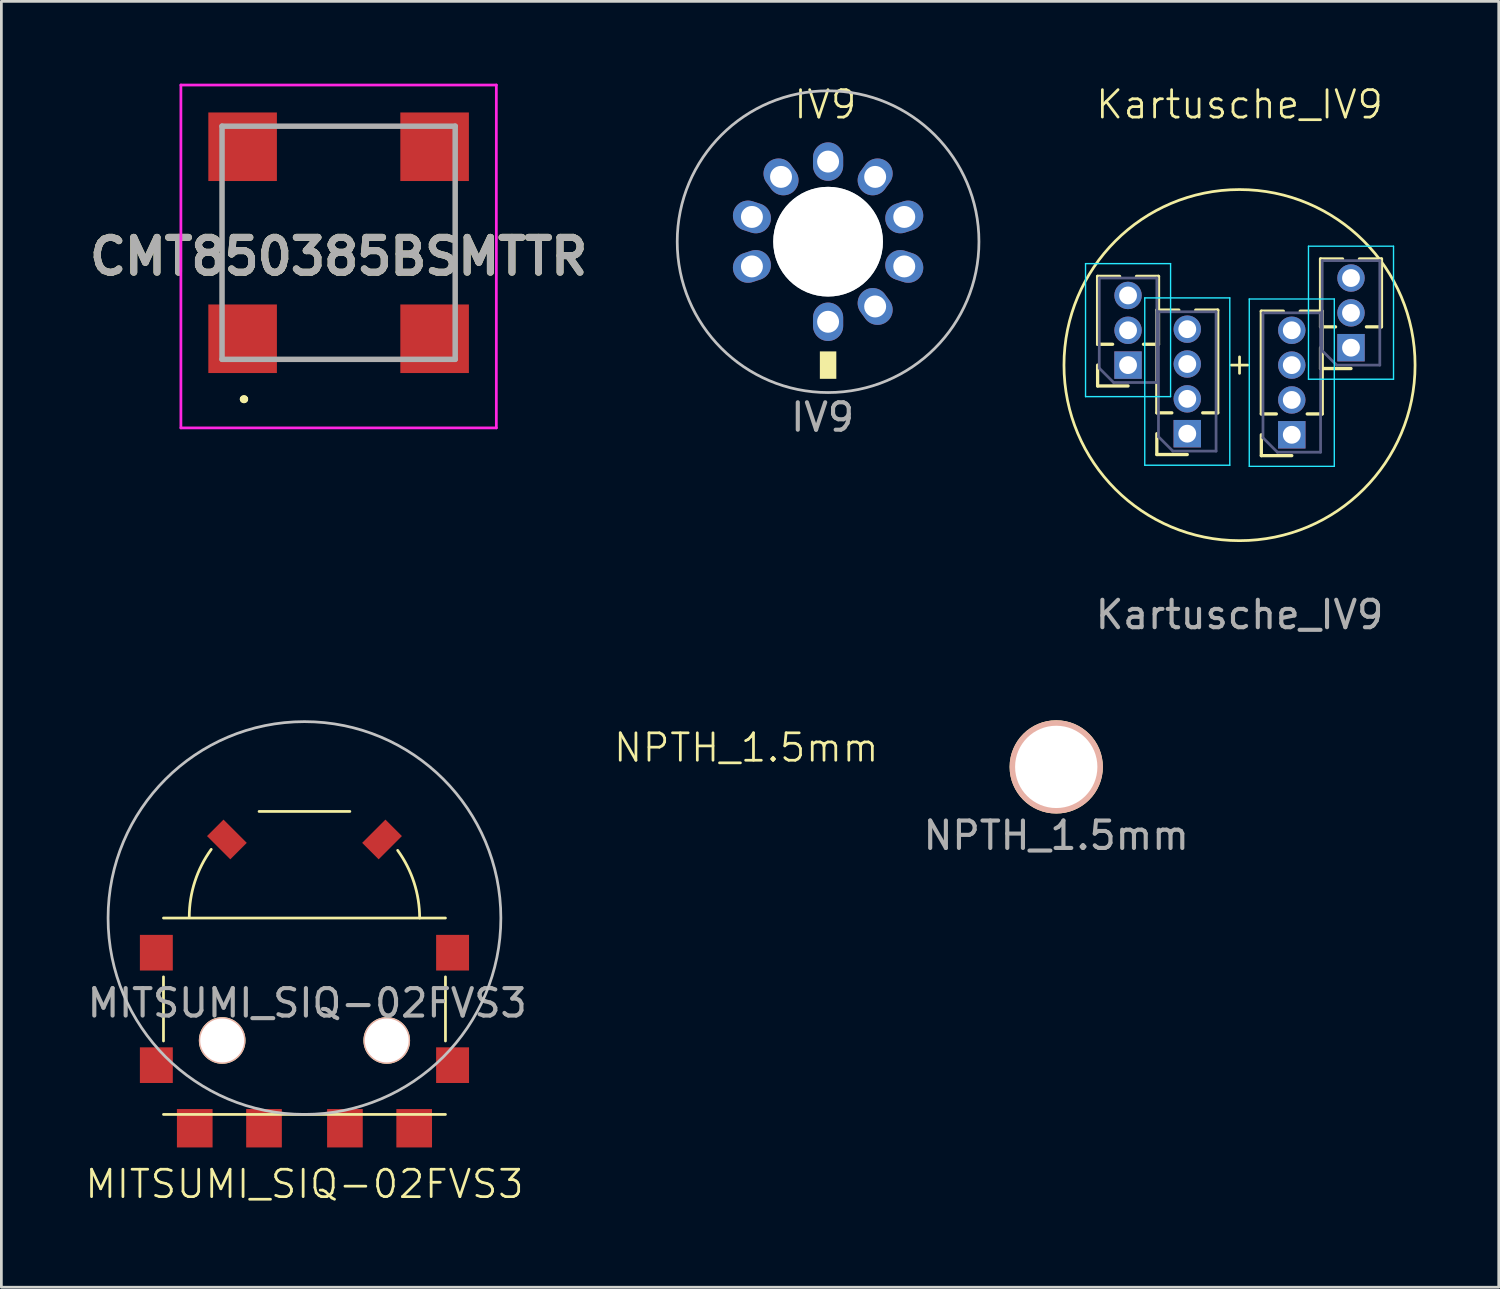
<source format=kicad_pcb>
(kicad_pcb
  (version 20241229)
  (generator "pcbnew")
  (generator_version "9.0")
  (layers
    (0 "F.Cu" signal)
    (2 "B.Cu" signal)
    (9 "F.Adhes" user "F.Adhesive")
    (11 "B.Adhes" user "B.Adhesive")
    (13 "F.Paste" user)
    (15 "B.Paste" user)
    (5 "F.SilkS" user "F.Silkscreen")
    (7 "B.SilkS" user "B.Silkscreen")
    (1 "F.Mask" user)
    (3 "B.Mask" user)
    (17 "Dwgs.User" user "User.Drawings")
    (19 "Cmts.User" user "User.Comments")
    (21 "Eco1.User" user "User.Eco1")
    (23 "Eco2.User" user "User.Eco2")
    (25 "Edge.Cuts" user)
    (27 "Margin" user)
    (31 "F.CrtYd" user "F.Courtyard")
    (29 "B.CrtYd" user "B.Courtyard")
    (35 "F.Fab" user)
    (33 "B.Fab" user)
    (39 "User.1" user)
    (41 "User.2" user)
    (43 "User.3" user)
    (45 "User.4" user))
  (footprint "CMT850385BSMTTR"
    (layer "F.Cu")
    (at 9.295 5.8)
    (property "Reference" "CMT850385BSMTTR" (at 0 0.5 0) (layer "F.SilkS") (effects (font (size 1.27 1.27) (thickness 0.254))))
    (attr smd)
    (fp_line (start -4.25 -1.5) (end -4.25 1.5) (stroke (width 0.1) (type solid)) (layer "F.SilkS"))
    (fp_line (start -3.5 5.7) (end -3.5 5.7) (stroke (width 0.2) (type solid)) (layer "F.SilkS"))
    (fp_line (start -3.5 5.7) (end -3.5 5.7) (stroke (width 0.2) (type solid)) (layer "F.SilkS"))
    (fp_line (start -3.4 5.7) (end -3.4 5.7) (stroke (width 0.2) (type solid)) (layer "F.SilkS"))
    (fp_line (start -1.75 -4.25) (end 1.5 -4.25) (stroke (width 0.1) (type solid)) (layer "F.SilkS"))
    (fp_line (start -1.75 4.25) (end 1.5 4.25) (stroke (width 0.1) (type solid)) (layer "F.SilkS"))
    (fp_line (start 4.25 -1.5) (end 4.25 1.5) (stroke (width 0.1) (type solid)) (layer "F.SilkS"))
    (fp_arc (start -3.5 5.7) (mid -3.45 5.65) (end -3.4 5.7) (stroke (width 0.2) (type solid)) (layer "F.SilkS"))
    (fp_arc (start -3.4 5.7) (mid -3.45 5.75) (end -3.5 5.7) (stroke (width 0.2) (type solid)) (layer "F.SilkS"))
    (fp_arc (start -3.4 5.7) (mid -3.45 5.75) (end -3.5 5.7) (stroke (width 0.2) (type solid)) (layer "F.SilkS"))
    (fp_line (start -5.75 -5.75) (end 5.75 -5.75) (stroke (width 0.1) (type solid)) (layer "F.CrtYd"))
    (fp_line (start -5.75 6.75) (end -5.75 -5.75) (stroke (width 0.1) (type solid)) (layer "F.CrtYd"))
    (fp_line (start 5.75 -5.75) (end 5.75 6.75) (stroke (width 0.1) (type solid)) (layer "F.CrtYd"))
    (fp_line (start 5.75 6.75) (end -5.75 6.75) (stroke (width 0.1) (type solid)) (layer "F.CrtYd"))
    (fp_line (start -4.25 -4.25) (end -4.25 4.25) (stroke (width 0.2) (type solid)) (layer "F.Fab"))
    (fp_line (start -4.25 4.25) (end 4.25 4.25) (stroke (width 0.2) (type solid)) (layer "F.Fab"))
    (fp_line (start 4.25 -4.25) (end -4.25 -4.25) (stroke (width 0.2) (type solid)) (layer "F.Fab"))
    (fp_line (start 4.25 4.25) (end 4.25 -4.25) (stroke (width 0.2) (type solid)) (layer "F.Fab"))
    (fp_text user "${REFERENCE}" (at 0 0.5 0) (layer "F.Fab") (effects (font (size 1.27 1.27) (thickness 0.254))))
    (pad "1" smd rect (at -3.5 3.5 90) (size 2.5 2.5) (layers "F.Cu" "F.Mask" "F.Paste"))
    (pad "4" smd rect (at -3.5 -3.5 90) (size 2.5 2.5) (layers "F.Cu" "F.Mask" "F.Paste"))
    (pad "MP1" smd rect (at 3.5 3.5 90) (size 2.5 2.5) (layers "F.Cu" "F.Mask" "F.Paste"))
    (pad "MP2" smd rect (at 3.5 -3.5 90) (size 2.5 2.5) (layers "F.Cu" "F.Mask" "F.Paste")))
  (footprint "IV9"
    (layer "F.Cu")
    (at 27.14 5.761)
    (property "Reference" "IV9" (at -0.1 -5 0) (unlocked yes) (layer "F.SilkS") (effects (font (size 1 1) (thickness 0.1))))
    (attr through_hole)
    (fp_rect (start -0.3 4) (end 0.3 5) (stroke (width 0) (type solid)) (fill yes) (layer "F.SilkS"))
    (fp_circle (center 0 0) (end 5.5 0) (stroke (width 0.1) (type default)) (fill no) (layer "Dwgs.User"))
    (fp_text user "${REFERENCE}" (at -0.2 6.4 0) (unlocked yes) (layer "F.Fab") (effects (font (size 1 1) (thickness 0.15))))
    (pad "" np_thru_hole circle (at 0 0) (size 4 4) (drill 4) (layers "Dwgs.User"))
    (pad "1" thru_hole oval (at 0 2.92) (size 1.1 1.4) (drill 0.8) (layers "*.Cu" "*.Mask"))
    (pad "2" thru_hole oval (at 1.716 2.362 36) (size 1.1 1.4) (drill 0.8) (layers "*.Cu" "*.Mask"))
    (pad "3" thru_hole oval (at 2.777 0.902 72) (size 1.1 1.4) (drill 0.8) (layers "*.Cu" "*.Mask"))
    (pad "4" thru_hole oval (at 2.777 -0.902 108) (size 1.1 1.4) (drill 0.8) (layers "*.Cu" "*.Mask"))
    (pad "5" thru_hole oval (at 1.716 -2.362 144) (size 1.1 1.4) (drill 0.8) (layers "*.Cu" "*.Mask"))
    (pad "6" thru_hole oval (at 0 -2.92 180) (size 1.1 1.4) (drill 0.8) (layers "*.Cu" "*.Mask"))
    (pad "7" thru_hole oval (at -1.716 -2.362 216) (size 1.1 1.4) (drill 0.8) (layers "*.Cu" "*.Mask"))
    (pad "8" thru_hole oval (at -2.777 -0.902 252) (size 1.1 1.4) (drill 0.8) (layers "*.Cu" "*.Mask"))
    (pad "9" thru_hole oval (at -2.777 0.902 288) (size 1.1 1.4) (drill 0.8) (layers "*.Cu" "*.Mask")))
  (footprint "Kartusche_IV9"
    (layer "F.Cu")
    (at 42.14 10.261)
    (property "Reference" "Kartusche_IV9" (at 0 -9.5 0) (unlocked yes) (layer "F.SilkS") (effects (font (size 1 1) (thickness 0.1))))
    (attr through_hole)
    (fp_line (start -5.174 -3.235) (end -4.372 -3.235) (stroke (width 0.12) (type solid)) (layer "F.SilkS"))
    (fp_line (start -5.174 -0.76) (end -5.174 -3.235) (stroke (width 0.12) (type solid)) (layer "F.SilkS"))
    (fp_line (start -5.174 -0.76) (end -4.627 -0.76) (stroke (width 0.12) (type solid)) (layer "F.SilkS"))
    (fp_line (start -5.174 0) (end -5.174 0.76) (stroke (width 0.12) (type solid)) (layer "F.SilkS"))
    (fp_line (start -5.174 0.76) (end -4.064 0.76) (stroke (width 0.12) (type solid)) (layer "F.SilkS"))
    (fp_line (start -3.756 -3.235) (end -2.954 -3.235) (stroke (width 0.12) (type solid)) (layer "F.SilkS"))
    (fp_line (start -3.501 -0.76) (end -2.954 -0.76) (stroke (width 0.12) (type solid)) (layer "F.SilkS"))
    (fp_line (start -3.015 -2.005) (end -2.213 -2.005) (stroke (width 0.12) (type solid)) (layer "F.SilkS"))
    (fp_line (start -3.015 1.74) (end -3.015 -2.005) (stroke (width 0.12) (type solid)) (layer "F.SilkS"))
    (fp_line (start -3.015 1.74) (end -2.468 1.74) (stroke (width 0.12) (type solid)) (layer "F.SilkS"))
    (fp_line (start -3.015 2.5) (end -3.015 3.26) (stroke (width 0.12) (type solid)) (layer "F.SilkS"))
    (fp_line (start -3.015 3.26) (end -1.905 3.26) (stroke (width 0.12) (type solid)) (layer "F.SilkS"))
    (fp_line (start -2.954 -0.76) (end -2.954 -3.235) (stroke (width 0.12) (type solid)) (layer "F.SilkS"))
    (fp_line (start -1.597 -2.005) (end -0.795 -2.005) (stroke (width 0.12) (type solid)) (layer "F.SilkS"))
    (fp_line (start -1.342 1.74) (end -0.795 1.74) (stroke (width 0.12) (type solid)) (layer "F.SilkS"))
    (fp_line (start -0.795 1.74) (end -0.795 -2.005) (stroke (width 0.12) (type solid)) (layer "F.SilkS"))
    (fp_line (start -0.3 0) (end 0.3 0) (stroke (width 0.1) (type default)) (layer "F.SilkS"))
    (fp_line (start 0 0.3) (end 0 -0.3) (stroke (width 0.1) (type default)) (layer "F.SilkS"))
    (fp_line (start 0.795 -1.965) (end 1.597 -1.965) (stroke (width 0.12) (type solid)) (layer "F.SilkS"))
    (fp_line (start 0.795 1.78) (end 0.795 -1.965) (stroke (width 0.12) (type solid)) (layer "F.SilkS"))
    (fp_line (start 0.795 1.78) (end 1.342 1.78) (stroke (width 0.12) (type solid)) (layer "F.SilkS"))
    (fp_line (start 0.795 2.54) (end 0.795 3.3) (stroke (width 0.12) (type solid)) (layer "F.SilkS"))
    (fp_line (start 0.795 3.3) (end 1.905 3.3) (stroke (width 0.12) (type solid)) (layer "F.SilkS"))
    (fp_line (start 2.213 -1.965) (end 3.015 -1.965) (stroke (width 0.12) (type solid)) (layer "F.SilkS"))
    (fp_line (start 2.468 1.78) (end 3.015 1.78) (stroke (width 0.12) (type solid)) (layer "F.SilkS"))
    (fp_line (start 2.954 -3.87) (end 3.756 -3.87) (stroke (width 0.12) (type solid)) (layer "F.SilkS"))
    (fp_line (start 2.954 -1.395) (end 2.954 -3.87) (stroke (width 0.12) (type solid)) (layer "F.SilkS"))
    (fp_line (start 2.954 -1.395) (end 3.501 -1.395) (stroke (width 0.12) (type solid)) (layer "F.SilkS"))
    (fp_line (start 2.954 -0.635) (end 2.954 0.125) (stroke (width 0.12) (type solid)) (layer "F.SilkS"))
    (fp_line (start 2.954 0.125) (end 4.064 0.125) (stroke (width 0.12) (type solid)) (layer "F.SilkS"))
    (fp_line (start 3.015 1.78) (end 3.015 -1.965) (stroke (width 0.12) (type solid)) (layer "F.SilkS"))
    (fp_line (start 4.372 -3.87) (end 5.174 -3.87) (stroke (width 0.12) (type solid)) (layer "F.SilkS"))
    (fp_line (start 4.627 -1.395) (end 5.174 -1.395) (stroke (width 0.12) (type solid)) (layer "F.SilkS"))
    (fp_line (start 5.174 -1.395) (end 5.174 -3.87) (stroke (width 0.12) (type solid)) (layer "F.SilkS"))
    (fp_circle (center 0 0) (end -6.4 0) (stroke (width 0.1) (type default)) (fill no) (layer "F.SilkS"))
    (fp_line (start -5.614 -3.7) (end -2.514 -3.7) (stroke (width 0.05) (type solid)) (layer "B.CrtYd"))
    (fp_line (start -5.614 1.15) (end -5.614 -3.7) (stroke (width 0.05) (type solid)) (layer "B.CrtYd"))
    (fp_line (start -3.455 -2.45) (end -0.355 -2.45) (stroke (width 0.05) (type solid)) (layer "B.CrtYd"))
    (fp_line (start -3.455 3.65) (end -3.455 -2.45) (stroke (width 0.05) (type solid)) (layer "B.CrtYd"))
    (fp_line (start -2.514 -3.7) (end -2.514 1.15) (stroke (width 0.05) (type solid)) (layer "B.CrtYd"))
    (fp_line (start -2.514 1.15) (end -5.614 1.15) (stroke (width 0.05) (type solid)) (layer "B.CrtYd"))
    (fp_line (start -0.355 -2.45) (end -0.355 3.65) (stroke (width 0.05) (type solid)) (layer "B.CrtYd"))
    (fp_line (start -0.355 3.65) (end -3.455 3.65) (stroke (width 0.05) (type solid)) (layer "B.CrtYd"))
    (fp_line (start 0.355 -2.41) (end 3.455 -2.41) (stroke (width 0.05) (type solid)) (layer "B.CrtYd"))
    (fp_line (start 0.355 3.69) (end 0.355 -2.41) (stroke (width 0.05) (type solid)) (layer "B.CrtYd"))
    (fp_line (start 2.514 -4.335) (end 5.614 -4.335) (stroke (width 0.05) (type solid)) (layer "B.CrtYd"))
    (fp_line (start 2.514 0.515) (end 2.514 -4.335) (stroke (width 0.05) (type solid)) (layer "B.CrtYd"))
    (fp_line (start 3.455 -2.41) (end 3.455 3.69) (stroke (width 0.05) (type solid)) (layer "B.CrtYd"))
    (fp_line (start 3.455 3.69) (end 0.355 3.69) (stroke (width 0.05) (type solid)) (layer "B.CrtYd"))
    (fp_line (start 5.614 -4.335) (end 5.614 0.515) (stroke (width 0.05) (type solid)) (layer "B.CrtYd"))
    (fp_line (start 5.614 0.515) (end 2.514 0.515) (stroke (width 0.05) (type solid)) (layer "B.CrtYd"))
    (fp_line (start -5.114 -3.175) (end -5.114 0.11) (stroke (width 0.1) (type solid)) (layer "B.Fab"))
    (fp_line (start -5.114 0.11) (end -4.589 0.635) (stroke (width 0.1) (type solid)) (layer "B.Fab"))
    (fp_line (start -4.589 0.635) (end -3.014 0.635) (stroke (width 0.1) (type solid)) (layer "B.Fab"))
    (fp_line (start -3.014 -3.175) (end -5.114 -3.175) (stroke (width 0.1) (type solid)) (layer "B.Fab"))
    (fp_line (start -3.014 0.635) (end -3.014 -3.175) (stroke (width 0.1) (type solid)) (layer "B.Fab"))
    (fp_line (start -2.955 -1.945) (end -2.955 2.61) (stroke (width 0.1) (type solid)) (layer "B.Fab"))
    (fp_line (start -2.955 2.61) (end -2.43 3.135) (stroke (width 0.1) (type solid)) (layer "B.Fab"))
    (fp_line (start -2.43 3.135) (end -0.855 3.135) (stroke (width 0.1) (type solid)) (layer "B.Fab"))
    (fp_line (start -0.855 -1.945) (end -2.955 -1.945) (stroke (width 0.1) (type solid)) (layer "B.Fab"))
    (fp_line (start -0.855 3.135) (end -0.855 -1.945) (stroke (width 0.1) (type solid)) (layer "B.Fab"))
    (fp_line (start 0.855 -1.905) (end 0.855 2.65) (stroke (width 0.1) (type solid)) (layer "B.Fab"))
    (fp_line (start 0.855 2.65) (end 1.38 3.175) (stroke (width 0.1) (type solid)) (layer "B.Fab"))
    (fp_line (start 1.38 3.175) (end 2.955 3.175) (stroke (width 0.1) (type solid)) (layer "B.Fab"))
    (fp_line (start 2.955 -1.905) (end 0.855 -1.905) (stroke (width 0.1) (type solid)) (layer "B.Fab"))
    (fp_line (start 2.955 3.175) (end 2.955 -1.905) (stroke (width 0.1) (type solid)) (layer "B.Fab"))
    (fp_line (start 3.014 -3.81) (end 3.014 -0.525) (stroke (width 0.1) (type solid)) (layer "B.Fab"))
    (fp_line (start 3.014 -0.525) (end 3.539 0) (stroke (width 0.1) (type solid)) (layer "B.Fab"))
    (fp_line (start 3.539 0) (end 5.114 0) (stroke (width 0.1) (type solid)) (layer "B.Fab"))
    (fp_line (start 5.114 -3.81) (end 3.014 -3.81) (stroke (width 0.1) (type solid)) (layer "B.Fab"))
    (fp_line (start 5.114 0) (end 5.114 -3.81) (stroke (width 0.1) (type solid)) (layer "B.Fab"))
    (fp_text user "${REFERENCE}" (at 0 9.1 0) (unlocked yes) (layer "F.Fab") (effects (font (size 1 1) (thickness 0.15))))
    (pad "1" thru_hole rect (at 1.905 2.54) (size 1 1) (drill 0.65) (layers "*.Cu" "*.Mask"))
    (pad "2" thru_hole oval (at 1.905 1.27) (size 1 1) (drill 0.65) (layers "*.Cu" "*.Mask"))
    (pad "3" thru_hole oval (at 1.905 0) (size 1 1) (drill 0.65) (layers "*.Cu" "*.Mask"))
    (pad "4" thru_hole oval (at 1.905 -1.27) (size 1 1) (drill 0.65) (layers "*.Cu" "*.Mask"))
    (pad "5" thru_hole rect (at 4.064 -0.635) (size 1 1) (drill 0.65) (layers "*.Cu" "*.Mask"))
    (pad "6" thru_hole oval (at 4.064 -1.905) (size 1 1) (drill 0.65) (layers "*.Cu" "*.Mask"))
    (pad "7" thru_hole oval (at 4.064 -3.175) (size 1 1) (drill 0.65) (layers "*.Cu" "*.Mask"))
    (pad "8" thru_hole oval (at -4.064 -2.54) (size 1 1) (drill 0.65) (layers "*.Cu" "*.Mask"))
    (pad "9" thru_hole oval (at -4.064 -1.27) (size 1 1) (drill 0.65) (layers "*.Cu" "*.Mask"))
    (pad "10" thru_hole rect (at -4.064 0) (size 1 1) (drill 0.65) (layers "*.Cu" "*.Mask"))
    (pad "11" thru_hole oval (at -1.905 -1.31) (size 1 1) (drill 0.65) (layers "*.Cu" "*.Mask"))
    (pad "12" thru_hole oval (at -1.905 -0.04) (size 1 1) (drill 0.65) (layers "*.Cu" "*.Mask"))
    (pad "13" thru_hole oval (at -1.905 1.23) (size 1 1) (drill 0.65) (layers "*.Cu" "*.Mask"))
    (pad "14" thru_hole rect (at -1.905 2.5) (size 1 1) (drill 0.65) (layers "*.Cu" "*.Mask")))
  (footprint "MITSUMI_SIQ-02FVS3"
    (layer "F.Cu")
    (at 8.05 32.819)
    (property "Reference" "MITSUMI_SIQ-02FVS3" (at 0 7.3 0) (unlocked yes) (layer "F.SilkS") (effects (font (size 1 1) (thickness 0.1))))
    (attr smd)
    (fp_line (start -5.14 -2.4) (end 5.14 -2.4) (stroke (width 0.1) (type default)) (layer "F.SilkS"))
    (fp_line (start -5.14 2.083) (end -5.14 -0.255) (stroke (width 0.1) (type default)) (layer "F.SilkS"))
    (fp_line (start -5.14 4.76) (end 5.14 4.76) (stroke (width 0.1) (type default)) (layer "F.SilkS"))
    (fp_line (start -1.655 -6.286) (end 1.655 -6.286) (stroke (width 0.1) (type default)) (layer "F.SilkS"))
    (fp_line (start 5.14 2.083) (end 5.14 -0.255) (stroke (width 0.1) (type default)) (layer "F.SilkS"))
    (fp_arc (start -4.2 -2.436) (mid -3.994762 -3.732899) (end -3.399 -4.903) (stroke (width 0.1) (type default)) (layer "F.SilkS"))
    (fp_arc (start 3.397965 -4.866809) (mid 3.993728 -3.696708) (end 4.198965 -2.399809) (stroke (width 0.1) (type default)) (layer "F.SilkS"))
    (fp_circle (center 0 -2.4) (end 7.16 -2.4) (stroke (width 0.1) (type default)) (fill no) (layer "Dwgs.User"))
    (fp_text user "${REFERENCE}" (at 0.1 0.7 0) (unlocked yes) (layer "F.Fab") (effects (font (size 1 1) (thickness 0.15))))
    (pad "" np_thru_hole circle (at -3 2.064 135) (size 1.7 1.7) (drill 1.6) (layers "*.SilkS"))
    (pad "" np_thru_hole circle (at 3 2.064 135) (size 1.7 1.7) (drill 1.6) (layers "*.SilkS"))
    (pad "1" smd rect (at 5.4 2.964) (size 1.2 1.3) (layers "F.Cu" "F.Mask" "F.Paste"))
    (pad "2" smd rect (at 5.4 -1.136) (size 1.2 1.3) (layers "F.Cu" "F.Mask" "F.Paste"))
    (pad "3" smd rect (at 2.828 -5.264 135) (size 0.85 1.2) (layers "F.Cu" "F.Mask" "F.Paste"))
    (pad "4" smd rect (at -2.828 -5.264 45) (size 0.85 1.2) (layers "F.Cu" "F.Mask" "F.Paste"))
    (pad "5" smd rect (at -5.4 -1.136) (size 1.2 1.3) (layers "F.Cu" "F.Mask" "F.Paste"))
    (pad "6" smd rect (at -5.4 2.964) (size 1.2 1.3) (layers "F.Cu" "F.Mask" "F.Paste"))
    (pad "A" smd rect (at -4 5.264) (size 1.3 1.4) (layers "F.Cu" "F.Mask" "F.Paste"))
    (pad "B" smd rect (at 4 5.264) (size 1.3 1.4) (layers "F.Cu" "F.Mask" "F.Paste"))
    (pad "C" smd rect (at 1.475 5.264) (size 1.3 1.4) (layers "F.Cu" "F.Mask" "F.Paste"))
    (pad "S" smd rect (at -1.475 5.264) (size 1.3 1.4) (layers "F.Cu" "F.Mask" "F.Paste")))
  (footprint "NPTH_1.5mm"
    (layer "F.Cu")
    (at 35.458 24.909)
    (property "Reference" "NPTH_1.5mm" (at -11.3 -0.7 0) (unlocked yes) (layer "F.SilkS") (effects (font (size 1 1) (thickness 0.1))))
    (attr through_hole)
    (fp_text user "${REFERENCE}" (at 0 2.5 0) (unlocked yes) (layer "F.Fab") (effects (font (size 1 1) (thickness 0.15))))
    (pad "" np_thru_hole circle (at 0 0) (size 3.4 3.4) (drill 3) (layers "*.SilkS" "*.Mask")))
  (gr_rect
    (start -3 -3)
    (end 51.59 43.879)
    (stroke (width 0.1) (type default))
    (fill no)
    (layer "Edge.Cuts")))
</source>
